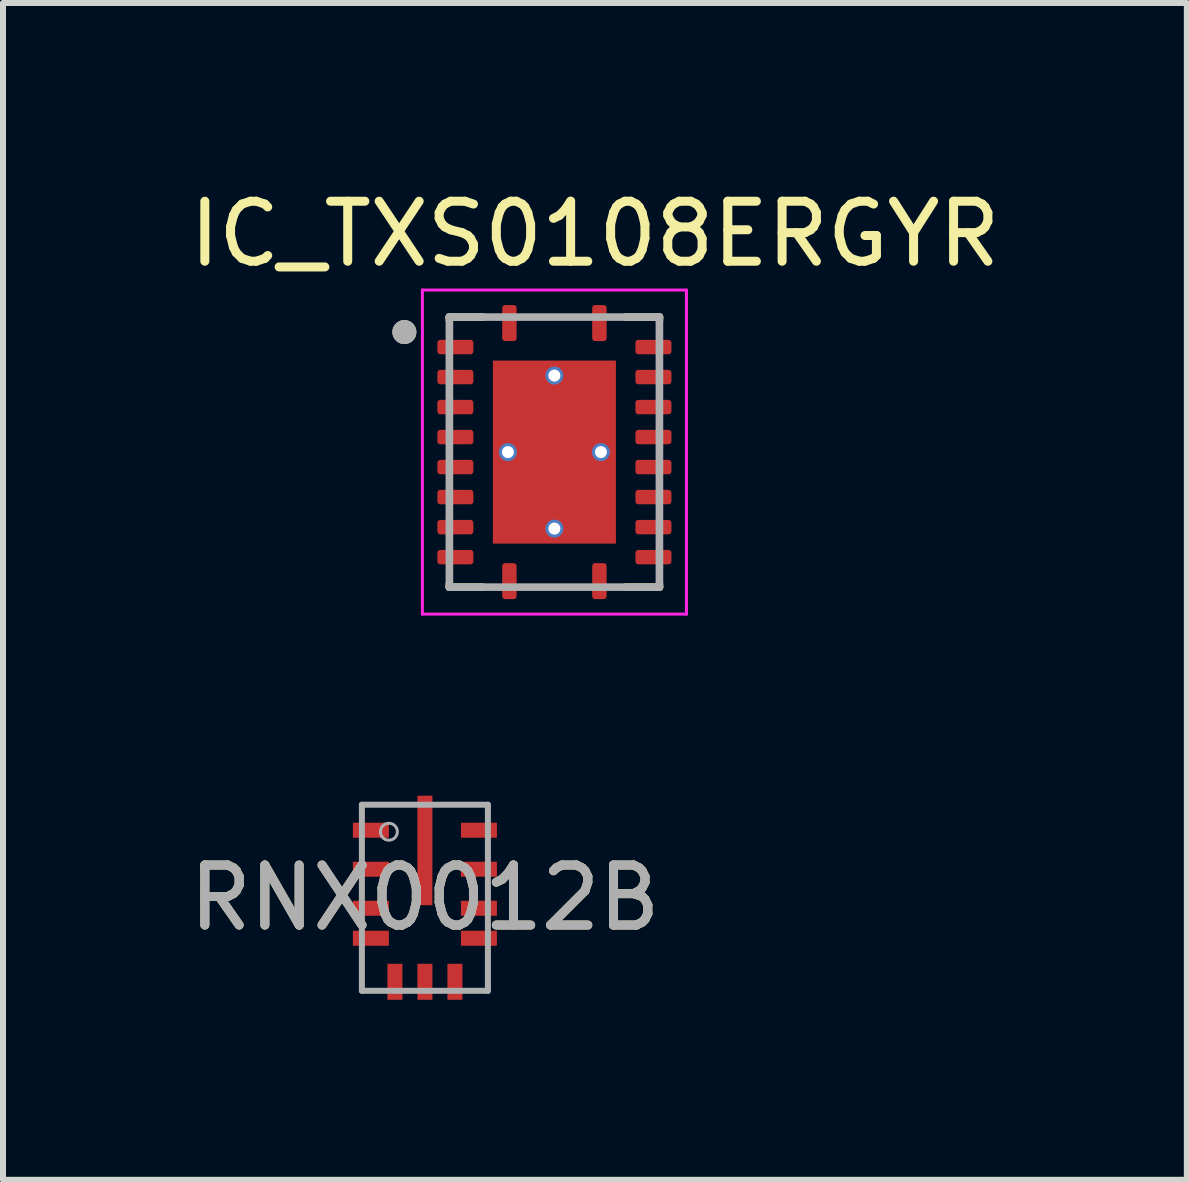
<source format=kicad_pcb>
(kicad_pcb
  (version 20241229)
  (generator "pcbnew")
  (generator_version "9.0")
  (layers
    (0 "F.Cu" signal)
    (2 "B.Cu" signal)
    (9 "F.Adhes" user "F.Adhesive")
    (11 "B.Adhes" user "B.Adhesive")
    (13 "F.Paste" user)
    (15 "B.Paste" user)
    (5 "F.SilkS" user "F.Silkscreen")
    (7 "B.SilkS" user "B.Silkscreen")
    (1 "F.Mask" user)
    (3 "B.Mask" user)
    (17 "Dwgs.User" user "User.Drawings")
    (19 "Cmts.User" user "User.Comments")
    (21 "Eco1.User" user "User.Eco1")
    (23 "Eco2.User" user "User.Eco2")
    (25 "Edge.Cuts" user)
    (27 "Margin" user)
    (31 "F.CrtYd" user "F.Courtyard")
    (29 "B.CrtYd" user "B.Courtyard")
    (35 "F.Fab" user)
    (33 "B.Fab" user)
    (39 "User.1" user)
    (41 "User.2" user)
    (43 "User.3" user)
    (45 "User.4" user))
  (footprint "IC_TXS0108ERGYR"
    (layer "F.Cu")
    (at 6.188 4.483)
    (property "Reference" "IC_TXS0108ERGYR" (at 0.675 -3.635 0) (layer "F.SilkS") (effects (font (size 1 1) (thickness 0.15))))
    (attr smd)
    (fp_line (start -1.75 -2.25) (end -1.75 -2.2) (stroke (width 0.127) (type solid)) (layer "F.SilkS"))
    (fp_line (start -1.75 -2.25) (end -1.19 -2.25) (stroke (width 0.127) (type solid)) (layer "F.SilkS"))
    (fp_line (start -1.75 2.25) (end -1.75 2.2) (stroke (width 0.127) (type solid)) (layer "F.SilkS"))
    (fp_line (start -1.75 2.25) (end -1.19 2.25) (stroke (width 0.127) (type solid)) (layer "F.SilkS"))
    (fp_line (start 1.75 -2.25) (end 1.19 -2.25) (stroke (width 0.127) (type solid)) (layer "F.SilkS"))
    (fp_line (start 1.75 -2.25) (end 1.75 -2.2) (stroke (width 0.127) (type solid)) (layer "F.SilkS"))
    (fp_line (start 1.75 2.25) (end 1.19 2.25) (stroke (width 0.127) (type solid)) (layer "F.SilkS"))
    (fp_line (start 1.75 2.25) (end 1.75 2.2) (stroke (width 0.127) (type solid)) (layer "F.SilkS"))
    (fp_circle (center -2.5 -2) (end -2.4 -2) (stroke (width 0.2) (type solid)) (fill no) (layer "F.SilkS"))
    (fp_poly (pts (xy -1.02 -1.435) (xy -0.1 -1.435) (xy -0.1 -0.105) (xy -1.02 -0.105)) (stroke (width 0.01) (type solid)) (fill yes) (layer "F.Paste"))
    (fp_poly (pts (xy -1.02 0.105) (xy -0.1 0.105) (xy -0.1 1.435) (xy -1.02 1.435)) (stroke (width 0.01) (type solid)) (fill yes) (layer "F.Paste"))
    (fp_poly (pts (xy 0.1 -1.435) (xy 1.02 -1.435) (xy 1.02 -0.105) (xy 0.1 -0.105)) (stroke (width 0.01) (type solid)) (fill yes) (layer "F.Paste"))
    (fp_poly (pts (xy 0.1 0.105) (xy 1.02 0.105) (xy 1.02 1.435) (xy 0.1 1.435)) (stroke (width 0.01) (type solid)) (fill yes) (layer "F.Paste"))
    (fp_line (start -2.2 -2.7) (end 2.2 -2.7) (stroke (width 0.05) (type solid)) (layer "F.CrtYd"))
    (fp_line (start -2.2 2.7) (end -2.2 -2.7) (stroke (width 0.05) (type solid)) (layer "F.CrtYd"))
    (fp_line (start -2.2 2.7) (end 2.2 2.7) (stroke (width 0.05) (type solid)) (layer "F.CrtYd"))
    (fp_line (start 2.2 2.7) (end 2.2 -2.7) (stroke (width 0.05) (type solid)) (layer "F.CrtYd"))
    (fp_line (start -1.75 2.25) (end -1.75 -2.25) (stroke (width 0.127) (type solid)) (layer "F.Fab"))
    (fp_line (start 1.75 -2.25) (end -1.75 -2.25) (stroke (width 0.127) (type solid)) (layer "F.Fab"))
    (fp_line (start 1.75 2.25) (end -1.75 2.25) (stroke (width 0.127) (type solid)) (layer "F.Fab"))
    (fp_line (start 1.75 2.25) (end 1.75 -2.25) (stroke (width 0.127) (type solid)) (layer "F.Fab"))
    (fp_circle (center -2.5 -2) (end -2.4 -2) (stroke (width 0.2) (type solid)) (fill no) (layer "F.Fab"))
    (pad "1" smd roundrect (at -0.75 -2.15) (size 0.24 0.6) (layers "F.Cu" "F.Mask" "F.Paste") (roundrect_rratio 0.2))
    (pad "2" smd roundrect (at -1.65 -1.75) (size 0.6 0.24) (layers "F.Cu" "F.Mask" "F.Paste") (roundrect_rratio 0.2))
    (pad "3" smd roundrect (at -1.65 -1.25) (size 0.6 0.24) (layers "F.Cu" "F.Mask" "F.Paste") (roundrect_rratio 0.2))
    (pad "4" smd roundrect (at -1.65 -0.75) (size 0.6 0.24) (layers "F.Cu" "F.Mask" "F.Paste") (roundrect_rratio 0.2))
    (pad "5" smd roundrect (at -1.65 -0.25) (size 0.6 0.24) (layers "F.Cu" "F.Mask" "F.Paste") (roundrect_rratio 0.2))
    (pad "6" smd roundrect (at -1.65 0.25) (size 0.6 0.24) (layers "F.Cu" "F.Mask" "F.Paste") (roundrect_rratio 0.2))
    (pad "7" smd roundrect (at -1.65 0.75) (size 0.6 0.24) (layers "F.Cu" "F.Mask" "F.Paste") (roundrect_rratio 0.2))
    (pad "8" smd roundrect (at -1.65 1.25) (size 0.6 0.24) (layers "F.Cu" "F.Mask" "F.Paste") (roundrect_rratio 0.2))
    (pad "9" smd roundrect (at -1.65 1.75) (size 0.6 0.24) (layers "F.Cu" "F.Mask" "F.Paste") (roundrect_rratio 0.2))
    (pad "10" smd roundrect (at -0.75 2.15) (size 0.24 0.6) (layers "F.Cu" "F.Mask" "F.Paste") (roundrect_rratio 0.2))
    (pad "11" smd roundrect (at 0.75 2.15) (size 0.24 0.6) (layers "F.Cu" "F.Mask" "F.Paste") (roundrect_rratio 0.2))
    (pad "12" smd roundrect (at 1.65 1.75) (size 0.6 0.24) (layers "F.Cu" "F.Mask" "F.Paste") (roundrect_rratio 0.2))
    (pad "13" smd roundrect (at 1.65 1.25) (size 0.6 0.24) (layers "F.Cu" "F.Mask" "F.Paste") (roundrect_rratio 0.2))
    (pad "14" smd roundrect (at 1.65 0.75) (size 0.6 0.24) (layers "F.Cu" "F.Mask" "F.Paste") (roundrect_rratio 0.2))
    (pad "15" smd roundrect (at 1.65 0.25) (size 0.6 0.24) (layers "F.Cu" "F.Mask" "F.Paste") (roundrect_rratio 0.2))
    (pad "16" smd roundrect (at 1.65 -0.25) (size 0.6 0.24) (layers "F.Cu" "F.Mask" "F.Paste") (roundrect_rratio 0.2))
    (pad "17" smd roundrect (at 1.65 -0.75) (size 0.6 0.24) (layers "F.Cu" "F.Mask" "F.Paste") (roundrect_rratio 0.2))
    (pad "18" smd roundrect (at 1.65 -1.25) (size 0.6 0.24) (layers "F.Cu" "F.Mask" "F.Paste") (roundrect_rratio 0.2))
    (pad "19" smd roundrect (at 1.65 -1.75) (size 0.6 0.24) (layers "F.Cu" "F.Mask" "F.Paste") (roundrect_rratio 0.2))
    (pad "20" smd roundrect (at 0.75 -2.15) (size 0.24 0.6) (layers "F.Cu" "F.Mask" "F.Paste") (roundrect_rratio 0.2))
    (pad "21" smd rect (at 0 0) (size 2.05 3.05) (layers "F.Cu" "F.Mask"))
    (pad "22" thru_hole circle (at 0 -1.275) (size 0.3 0.3) (drill 0.2) (layers "*.Cu"))
    (pad "23" thru_hole circle (at -0.775 0) (size 0.3 0.3) (drill 0.2) (layers "*.Cu"))
    (pad "24" thru_hole circle (at 0.775 0) (size 0.3 0.3) (drill 0.2) (layers "*.Cu"))
    (pad "25" thru_hole circle (at 0 1.275) (size 0.3 0.3) (drill 0.2) (layers "*.Cu")))
  (footprint "RNX0012B"
    (layer "F.Cu")
    (at 4.03 11.909)
    (property "Reference" "RNX0012B" (at 0 0 0) (unlocked yes) (layer "F.SilkS") (effects (font (size 1 1) (thickness 0.15))))
    (attr smd)
    (fp_poly (pts (xy -0.125 -0.939) (xy -0.125 -1.651) (xy -0.124 -1.661) (xy -0.121 -1.67) (xy -0.117 -1.679) (xy -0.11 -1.686) (xy -0.103 -1.693) (xy -0.094 -1.697) (xy -0.085 -1.7) (xy -0.075 -1.701) (xy 0.075 -1.701) (xy 0.085 -1.7) (xy 0.094 -1.697) (xy 0.103 -1.693) (xy 0.11 -1.686) (xy 0.117 -1.679) (xy 0.121 -1.67) (xy 0.124 -1.661) (xy 0.125 -1.651) (xy 0.125 -0.939) (xy 0.124 -0.929) (xy 0.121 -0.92) (xy 0.117 -0.911) (xy 0.11 -0.904) (xy 0.103 -0.897) (xy 0.094 -0.893) (xy 0.085 -0.89) (xy 0.075 -0.889) (xy -0.075 -0.889) (xy -0.085 -0.89) (xy -0.094 -0.893) (xy -0.103 -0.897) (xy -0.11 -0.904) (xy -0.117 -0.911) (xy -0.121 -0.92) (xy -0.124 -0.929)) (stroke (width 0) (type solid)) (fill yes) (layer "F.Paste"))
    (fp_poly (pts (xy -0.125 0.076) (xy -0.125 -0.636) (xy -0.124 -0.646) (xy -0.121 -0.655) (xy -0.117 -0.664) (xy -0.11 -0.671) (xy -0.103 -0.678) (xy -0.094 -0.682) (xy -0.085 -0.685) (xy -0.075 -0.686) (xy 0.075 -0.686) (xy 0.085 -0.685) (xy 0.094 -0.682) (xy 0.103 -0.678) (xy 0.11 -0.671) (xy 0.117 -0.664) (xy 0.121 -0.655) (xy 0.124 -0.646) (xy 0.125 -0.636) (xy 0.125 0.076) (xy 0.124 0.086) (xy 0.121 0.095) (xy 0.117 0.104) (xy 0.11 0.111) (xy 0.103 0.118) (xy 0.094 0.122) (xy 0.085 0.125) (xy 0.075 0.126) (xy -0.075 0.126) (xy -0.085 0.125) (xy -0.094 0.122) (xy -0.103 0.118) (xy -0.11 0.111) (xy -0.117 0.104) (xy -0.121 0.095) (xy -0.124 0.086)) (stroke (width 0) (type solid)) (fill yes) (layer "F.Paste"))
    (fp_line (start -1.05 -1.55) (end 1.05 -1.55) (stroke (width 0.1) (type solid)) (layer "F.Fab"))
    (fp_line (start -1.05 1.55) (end -1.05 -1.55) (stroke (width 0.1) (type solid)) (layer "F.Fab"))
    (fp_line (start -1.05 1.55) (end 1.05 1.55) (stroke (width 0.1) (type solid)) (layer "F.Fab"))
    (fp_line (start 1.05 1.55) (end 1.05 -1.55) (stroke (width 0.1) (type solid)) (layer "F.Fab"))
    (fp_circle (center -0.6 -1.1) (end -0.459 -1.1) (stroke (width 0.05) (type solid)) (fill no) (layer "F.Fab"))
    (fp_text user "${REFERENCE}" (at 0 0 0) (unlocked yes) (layer "F.Fab") (effects (font (size 1 1) (thickness 0.15))))
    (pad "1" smd rect (at -0.9 -1.125) (size 0.6 0.25) (layers "F.Cu" "F.Mask" "F.Paste"))
    (pad "2" smd rect (at -0.9 -0.475) (size 0.6 0.25) (layers "F.Cu" "F.Mask" "F.Paste"))
    (pad "3" smd rect (at -0.9 0.175) (size 0.6 0.25) (layers "F.Cu" "F.Mask" "F.Paste"))
    (pad "4" smd rect (at -0.9 0.675) (size 0.6 0.25) (layers "F.Cu" "F.Mask" "F.Paste"))
    (pad "5" smd rect (at -0.5 1.4 90) (size 0.6 0.25) (layers "F.Cu" "F.Mask" "F.Paste"))
    (pad "6" smd rect (at 0 1.4 90) (size 0.6 0.25) (layers "F.Cu" "F.Mask" "F.Paste"))
    (pad "7" smd rect (at 0.5 1.4 90) (size 0.6 0.25) (layers "F.Cu" "F.Mask" "F.Paste"))
    (pad "8" smd rect (at 0.9 0.675) (size 0.6 0.25) (layers "F.Cu" "F.Mask" "F.Paste"))
    (pad "9" smd rect (at 0.9 0.175) (size 0.6 0.25) (layers "F.Cu" "F.Mask" "F.Paste"))
    (pad "10" smd rect (at 0.9 -0.475) (size 0.6 0.25) (layers "F.Cu" "F.Mask" "F.Paste"))
    (pad "11" smd rect (at 0.9 -1.125) (size 0.6 0.25) (layers "F.Cu" "F.Mask" "F.Paste"))
    (pad "12" smd rect (at 0 -0.788 90) (size 1.825 0.25) (layers "F.Cu" "F.Mask")))
  (gr_rect
    (start -3 -3)
    (end 16.726 16.609)
    (stroke (width 0.1) (type default))
    (fill no)
    (layer "Edge.Cuts")))
</source>
